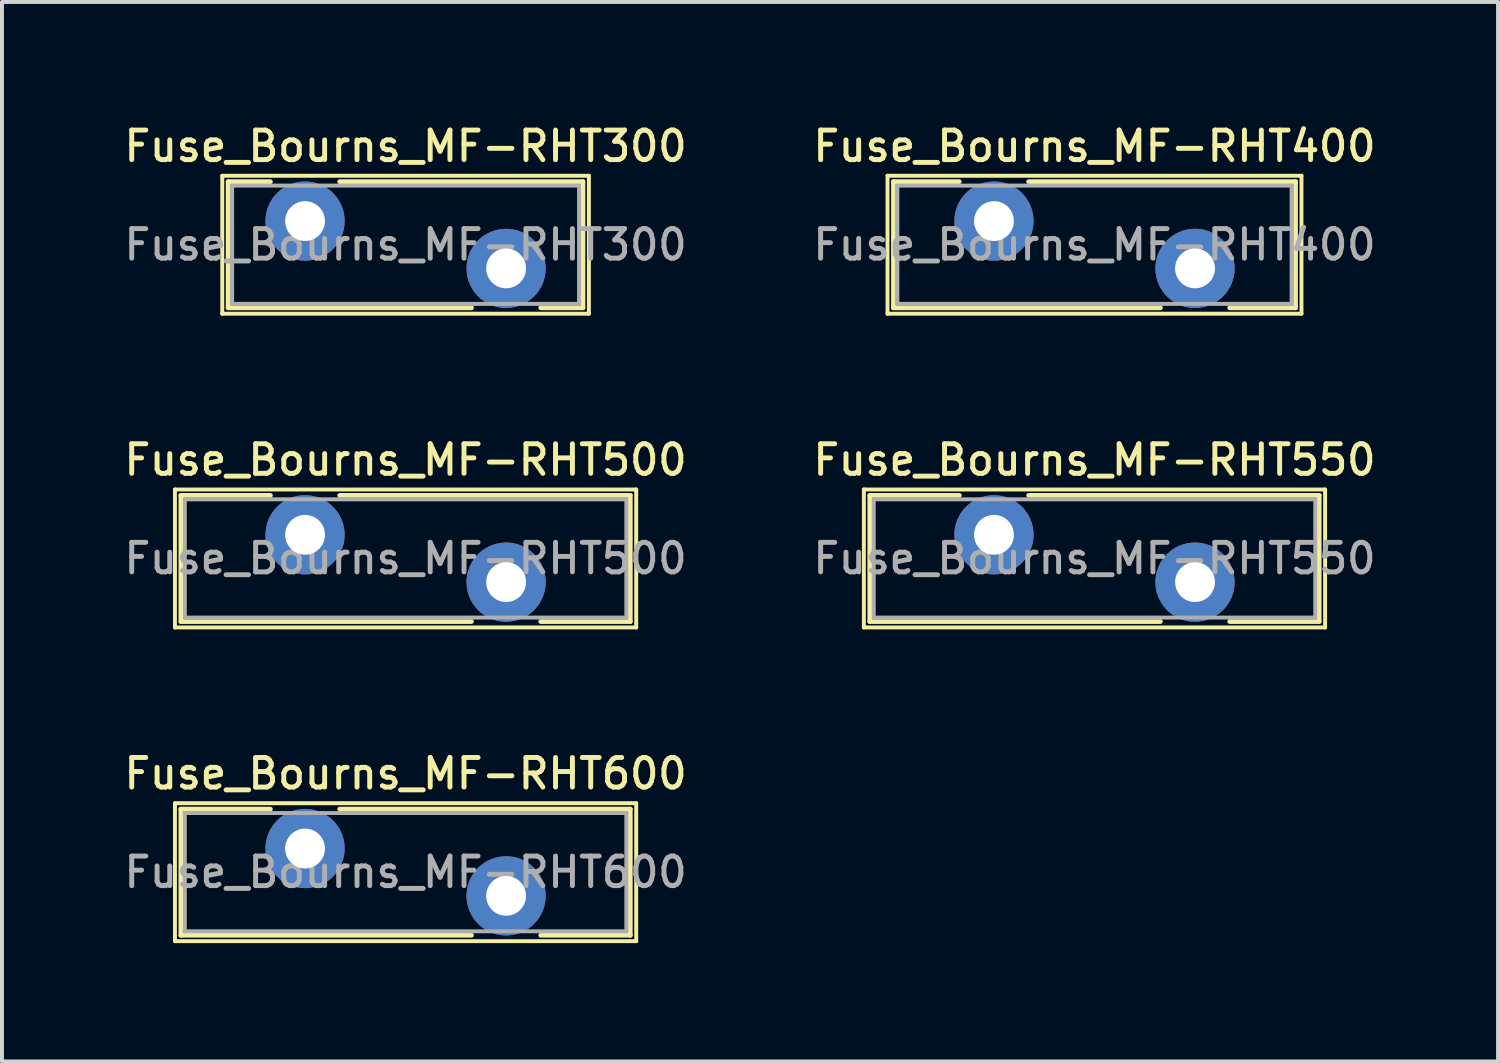
<source format=kicad_pcb>
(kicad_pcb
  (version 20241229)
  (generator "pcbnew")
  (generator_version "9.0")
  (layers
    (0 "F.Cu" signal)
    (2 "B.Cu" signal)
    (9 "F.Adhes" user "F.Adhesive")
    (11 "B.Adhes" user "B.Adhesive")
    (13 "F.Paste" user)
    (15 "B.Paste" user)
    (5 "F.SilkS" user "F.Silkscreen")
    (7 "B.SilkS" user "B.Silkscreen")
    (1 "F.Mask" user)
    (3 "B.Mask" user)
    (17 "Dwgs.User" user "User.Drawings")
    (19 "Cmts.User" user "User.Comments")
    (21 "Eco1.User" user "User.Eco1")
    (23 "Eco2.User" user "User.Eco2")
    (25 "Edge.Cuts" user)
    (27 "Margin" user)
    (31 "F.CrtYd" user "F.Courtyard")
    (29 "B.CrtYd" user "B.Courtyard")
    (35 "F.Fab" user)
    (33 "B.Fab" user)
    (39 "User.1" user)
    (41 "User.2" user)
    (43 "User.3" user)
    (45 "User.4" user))
  (footprint "Fuse_Bourns_MF-RHT600"
    (layer "F.Cu")
    (at 4.688 18.474)
    (property "Reference" "Fuse_Bourns_MF-RHT600" (at 2.55 -1.9 0) (layer "F.SilkS") (effects (font (size 0.75 0.75) (thickness 0.125))))
    (attr through_hole)
    (fp_line (start -3.3 -1.15) (end -3.3 2.35) (stroke (width 0.1) (type solid)) (layer "F.SilkS"))
    (fp_line (start -3.3 2.35) (end 8.4 2.35) (stroke (width 0.1) (type solid)) (layer "F.SilkS"))
    (fp_line (start -3.15 -1) (end -3.15 2.2) (stroke (width 0.12) (type solid)) (layer "F.SilkS"))
    (fp_line (start -3.15 -1) (end -0.879 -1) (stroke (width 0.12) (type solid)) (layer "F.SilkS"))
    (fp_line (start -3.15 2.2) (end 4.222 2.2) (stroke (width 0.12) (type solid)) (layer "F.SilkS"))
    (fp_line (start 0.879 -1) (end 8.25 -1) (stroke (width 0.12) (type solid)) (layer "F.SilkS"))
    (fp_line (start 5.979 2.2) (end 8.25 2.2) (stroke (width 0.12) (type solid)) (layer "F.SilkS"))
    (fp_line (start 8.25 -1) (end 8.25 2.2) (stroke (width 0.12) (type solid)) (layer "F.SilkS"))
    (fp_line (start 8.4 -1.15) (end -3.3 -1.15) (stroke (width 0.1) (type solid)) (layer "F.SilkS"))
    (fp_line (start 8.4 2.35) (end 8.4 -1.15) (stroke (width 0.1) (type solid)) (layer "F.SilkS"))
    (fp_line (start -3.05 -0.9) (end -3.05 2.1) (stroke (width 0.1) (type solid)) (layer "F.Fab"))
    (fp_line (start -3.05 2.1) (end 8.15 2.1) (stroke (width 0.1) (type solid)) (layer "F.Fab"))
    (fp_line (start 8.15 -0.9) (end -3.05 -0.9) (stroke (width 0.1) (type solid)) (layer "F.Fab"))
    (fp_line (start 8.15 2.1) (end 8.15 -0.9) (stroke (width 0.1) (type solid)) (layer "F.Fab"))
    (fp_text user "${REFERENCE}" (at 2.55 0.6 0) (layer "F.Fab") (effects (font (size 0.75 0.75) (thickness 0.125))))
    (pad "1" thru_hole circle (at 0 0) (size 2.01 2.01) (drill 1.01) (layers "*.Cu" "*.Mask"))
    (pad "2" thru_hole circle (at 5.1 1.2) (size 2.01 2.01) (drill 1.01) (layers "*.Cu" "*.Mask")))
  (footprint "Fuse_Bourns_MF-RHT500"
    (layer "F.Cu")
    (at 4.688 10.516)
    (property "Reference" "Fuse_Bourns_MF-RHT500" (at 2.55 -1.9 0) (layer "F.SilkS") (effects (font (size 0.75 0.75) (thickness 0.125))))
    (attr through_hole)
    (fp_line (start -3.3 -1.15) (end -3.3 2.35) (stroke (width 0.1) (type solid)) (layer "F.SilkS"))
    (fp_line (start -3.3 2.35) (end 8.4 2.35) (stroke (width 0.1) (type solid)) (layer "F.SilkS"))
    (fp_line (start -3.15 -1) (end -3.15 2.2) (stroke (width 0.12) (type solid)) (layer "F.SilkS"))
    (fp_line (start -3.15 -1) (end -0.879 -1) (stroke (width 0.12) (type solid)) (layer "F.SilkS"))
    (fp_line (start -3.15 2.2) (end 4.222 2.2) (stroke (width 0.12) (type solid)) (layer "F.SilkS"))
    (fp_line (start 0.879 -1) (end 8.25 -1) (stroke (width 0.12) (type solid)) (layer "F.SilkS"))
    (fp_line (start 5.979 2.2) (end 8.25 2.2) (stroke (width 0.12) (type solid)) (layer "F.SilkS"))
    (fp_line (start 8.25 -1) (end 8.25 2.2) (stroke (width 0.12) (type solid)) (layer "F.SilkS"))
    (fp_line (start 8.4 -1.15) (end -3.3 -1.15) (stroke (width 0.1) (type solid)) (layer "F.SilkS"))
    (fp_line (start 8.4 2.35) (end 8.4 -1.15) (stroke (width 0.1) (type solid)) (layer "F.SilkS"))
    (fp_line (start -3.05 -0.9) (end -3.05 2.1) (stroke (width 0.1) (type solid)) (layer "F.Fab"))
    (fp_line (start -3.05 2.1) (end 8.15 2.1) (stroke (width 0.1) (type solid)) (layer "F.Fab"))
    (fp_line (start 8.15 -0.9) (end -3.05 -0.9) (stroke (width 0.1) (type solid)) (layer "F.Fab"))
    (fp_line (start 8.15 2.1) (end 8.15 -0.9) (stroke (width 0.1) (type solid)) (layer "F.Fab"))
    (fp_text user "${REFERENCE}" (at 2.55 0.6 0) (layer "F.Fab") (effects (font (size 0.75 0.75) (thickness 0.125))))
    (pad "1" thru_hole circle (at 0 0) (size 2.01 2.01) (drill 1.01) (layers "*.Cu" "*.Mask"))
    (pad "2" thru_hole circle (at 5.1 1.2) (size 2.01 2.01) (drill 1.01) (layers "*.Cu" "*.Mask")))
  (footprint "Fuse_Bourns_MF-RHT550"
    (layer "F.Cu")
    (at 22.163 10.516)
    (property "Reference" "Fuse_Bourns_MF-RHT550" (at 2.55 -1.9 0) (layer "F.SilkS") (effects (font (size 0.75 0.75) (thickness 0.125))))
    (attr through_hole)
    (fp_line (start -3.3 -1.15) (end -3.3 2.35) (stroke (width 0.1) (type solid)) (layer "F.SilkS"))
    (fp_line (start -3.3 2.35) (end 8.4 2.35) (stroke (width 0.1) (type solid)) (layer "F.SilkS"))
    (fp_line (start -3.15 -1) (end -3.15 2.2) (stroke (width 0.12) (type solid)) (layer "F.SilkS"))
    (fp_line (start -3.15 -1) (end -0.879 -1) (stroke (width 0.12) (type solid)) (layer "F.SilkS"))
    (fp_line (start -3.15 2.2) (end 4.222 2.2) (stroke (width 0.12) (type solid)) (layer "F.SilkS"))
    (fp_line (start 0.879 -1) (end 8.25 -1) (stroke (width 0.12) (type solid)) (layer "F.SilkS"))
    (fp_line (start 5.979 2.2) (end 8.25 2.2) (stroke (width 0.12) (type solid)) (layer "F.SilkS"))
    (fp_line (start 8.25 -1) (end 8.25 2.2) (stroke (width 0.12) (type solid)) (layer "F.SilkS"))
    (fp_line (start 8.4 -1.15) (end -3.3 -1.15) (stroke (width 0.1) (type solid)) (layer "F.SilkS"))
    (fp_line (start 8.4 2.35) (end 8.4 -1.15) (stroke (width 0.1) (type solid)) (layer "F.SilkS"))
    (fp_line (start -3.05 -0.9) (end -3.05 2.1) (stroke (width 0.1) (type solid)) (layer "F.Fab"))
    (fp_line (start -3.05 2.1) (end 8.15 2.1) (stroke (width 0.1) (type solid)) (layer "F.Fab"))
    (fp_line (start 8.15 -0.9) (end -3.05 -0.9) (stroke (width 0.1) (type solid)) (layer "F.Fab"))
    (fp_line (start 8.15 2.1) (end 8.15 -0.9) (stroke (width 0.1) (type solid)) (layer "F.Fab"))
    (fp_text user "${REFERENCE}" (at 2.55 0.6 0) (layer "F.Fab") (effects (font (size 0.75 0.75) (thickness 0.125))))
    (pad "1" thru_hole circle (at 0 0) (size 2.01 2.01) (drill 1.01) (layers "*.Cu" "*.Mask"))
    (pad "2" thru_hole circle (at 5.1 1.2) (size 2.01 2.01) (drill 1.01) (layers "*.Cu" "*.Mask")))
  (footprint "Fuse_Bourns_MF-RHT400"
    (layer "F.Cu")
    (at 22.163 2.558)
    (property "Reference" "Fuse_Bourns_MF-RHT400" (at 2.55 -1.9 0) (layer "F.SilkS") (effects (font (size 0.75 0.75) (thickness 0.125))))
    (attr through_hole)
    (fp_line (start -2.7 -1.15) (end -2.7 2.35) (stroke (width 0.1) (type solid)) (layer "F.SilkS"))
    (fp_line (start -2.7 2.35) (end 7.8 2.35) (stroke (width 0.1) (type solid)) (layer "F.SilkS"))
    (fp_line (start -2.55 -1) (end -2.55 2.2) (stroke (width 0.12) (type solid)) (layer "F.SilkS"))
    (fp_line (start -2.55 -1) (end -0.879 -1) (stroke (width 0.12) (type solid)) (layer "F.SilkS"))
    (fp_line (start -2.55 2.2) (end 4.222 2.2) (stroke (width 0.12) (type solid)) (layer "F.SilkS"))
    (fp_line (start 0.879 -1) (end 7.65 -1) (stroke (width 0.12) (type solid)) (layer "F.SilkS"))
    (fp_line (start 5.979 2.2) (end 7.65 2.2) (stroke (width 0.12) (type solid)) (layer "F.SilkS"))
    (fp_line (start 7.65 -1) (end 7.65 2.2) (stroke (width 0.12) (type solid)) (layer "F.SilkS"))
    (fp_line (start 7.8 -1.15) (end -2.7 -1.15) (stroke (width 0.1) (type solid)) (layer "F.SilkS"))
    (fp_line (start 7.8 2.35) (end 7.8 -1.15) (stroke (width 0.1) (type solid)) (layer "F.SilkS"))
    (fp_line (start -2.45 -0.9) (end -2.45 2.1) (stroke (width 0.1) (type solid)) (layer "F.Fab"))
    (fp_line (start -2.45 2.1) (end 7.55 2.1) (stroke (width 0.1) (type solid)) (layer "F.Fab"))
    (fp_line (start 7.55 -0.9) (end -2.45 -0.9) (stroke (width 0.1) (type solid)) (layer "F.Fab"))
    (fp_line (start 7.55 2.1) (end 7.55 -0.9) (stroke (width 0.1) (type solid)) (layer "F.Fab"))
    (fp_text user "${REFERENCE}" (at 2.55 0.6 0) (layer "F.Fab") (effects (font (size 0.75 0.75) (thickness 0.125))))
    (pad "1" thru_hole circle (at 0 0) (size 2.01 2.01) (drill 1.01) (layers "*.Cu" "*.Mask"))
    (pad "2" thru_hole circle (at 5.1 1.2) (size 2.01 2.01) (drill 1.01) (layers "*.Cu" "*.Mask")))
  (footprint "Fuse_Bourns_MF-RHT300"
    (layer "F.Cu")
    (at 4.688 2.558)
    (property "Reference" "Fuse_Bourns_MF-RHT300" (at 2.55 -1.9 0) (layer "F.SilkS") (effects (font (size 0.75 0.75) (thickness 0.125))))
    (attr through_hole)
    (fp_line (start -2.1 -1.15) (end -2.1 2.35) (stroke (width 0.1) (type solid)) (layer "F.SilkS"))
    (fp_line (start -2.1 2.35) (end 7.2 2.35) (stroke (width 0.1) (type solid)) (layer "F.SilkS"))
    (fp_line (start -1.951 -1) (end -1.951 2.2) (stroke (width 0.12) (type solid)) (layer "F.SilkS"))
    (fp_line (start -1.951 -1) (end -0.879 -1) (stroke (width 0.12) (type solid)) (layer "F.SilkS"))
    (fp_line (start -1.951 2.2) (end 4.222 2.2) (stroke (width 0.12) (type solid)) (layer "F.SilkS"))
    (fp_line (start 0.879 -1) (end 7.05 -1) (stroke (width 0.12) (type solid)) (layer "F.SilkS"))
    (fp_line (start 5.979 2.2) (end 7.05 2.2) (stroke (width 0.12) (type solid)) (layer "F.SilkS"))
    (fp_line (start 7.05 -1) (end 7.05 2.2) (stroke (width 0.12) (type solid)) (layer "F.SilkS"))
    (fp_line (start 7.2 -1.15) (end -2.1 -1.15) (stroke (width 0.1) (type solid)) (layer "F.SilkS"))
    (fp_line (start 7.2 2.35) (end 7.2 -1.15) (stroke (width 0.1) (type solid)) (layer "F.SilkS"))
    (fp_line (start -1.85 -0.9) (end -1.85 2.1) (stroke (width 0.1) (type solid)) (layer "F.Fab"))
    (fp_line (start -1.85 2.1) (end 6.95 2.1) (stroke (width 0.1) (type solid)) (layer "F.Fab"))
    (fp_line (start 6.95 -0.9) (end -1.85 -0.9) (stroke (width 0.1) (type solid)) (layer "F.Fab"))
    (fp_line (start 6.95 2.1) (end 6.95 -0.9) (stroke (width 0.1) (type solid)) (layer "F.Fab"))
    (fp_text user "${REFERENCE}" (at 2.55 0.6 0) (layer "F.Fab") (effects (font (size 0.75 0.75) (thickness 0.125))))
    (pad "1" thru_hole circle (at 0 0) (size 2.01 2.01) (drill 1.01) (layers "*.Cu" "*.Mask"))
    (pad "2" thru_hole circle (at 5.1 1.2) (size 2.01 2.01) (drill 1.01) (layers "*.Cu" "*.Mask")))
  (gr_rect
    (start -3 -3)
    (end 34.95 23.874)
    (stroke (width 0.1) (type default))
    (fill no)
    (layer "Edge.Cuts")))
</source>
